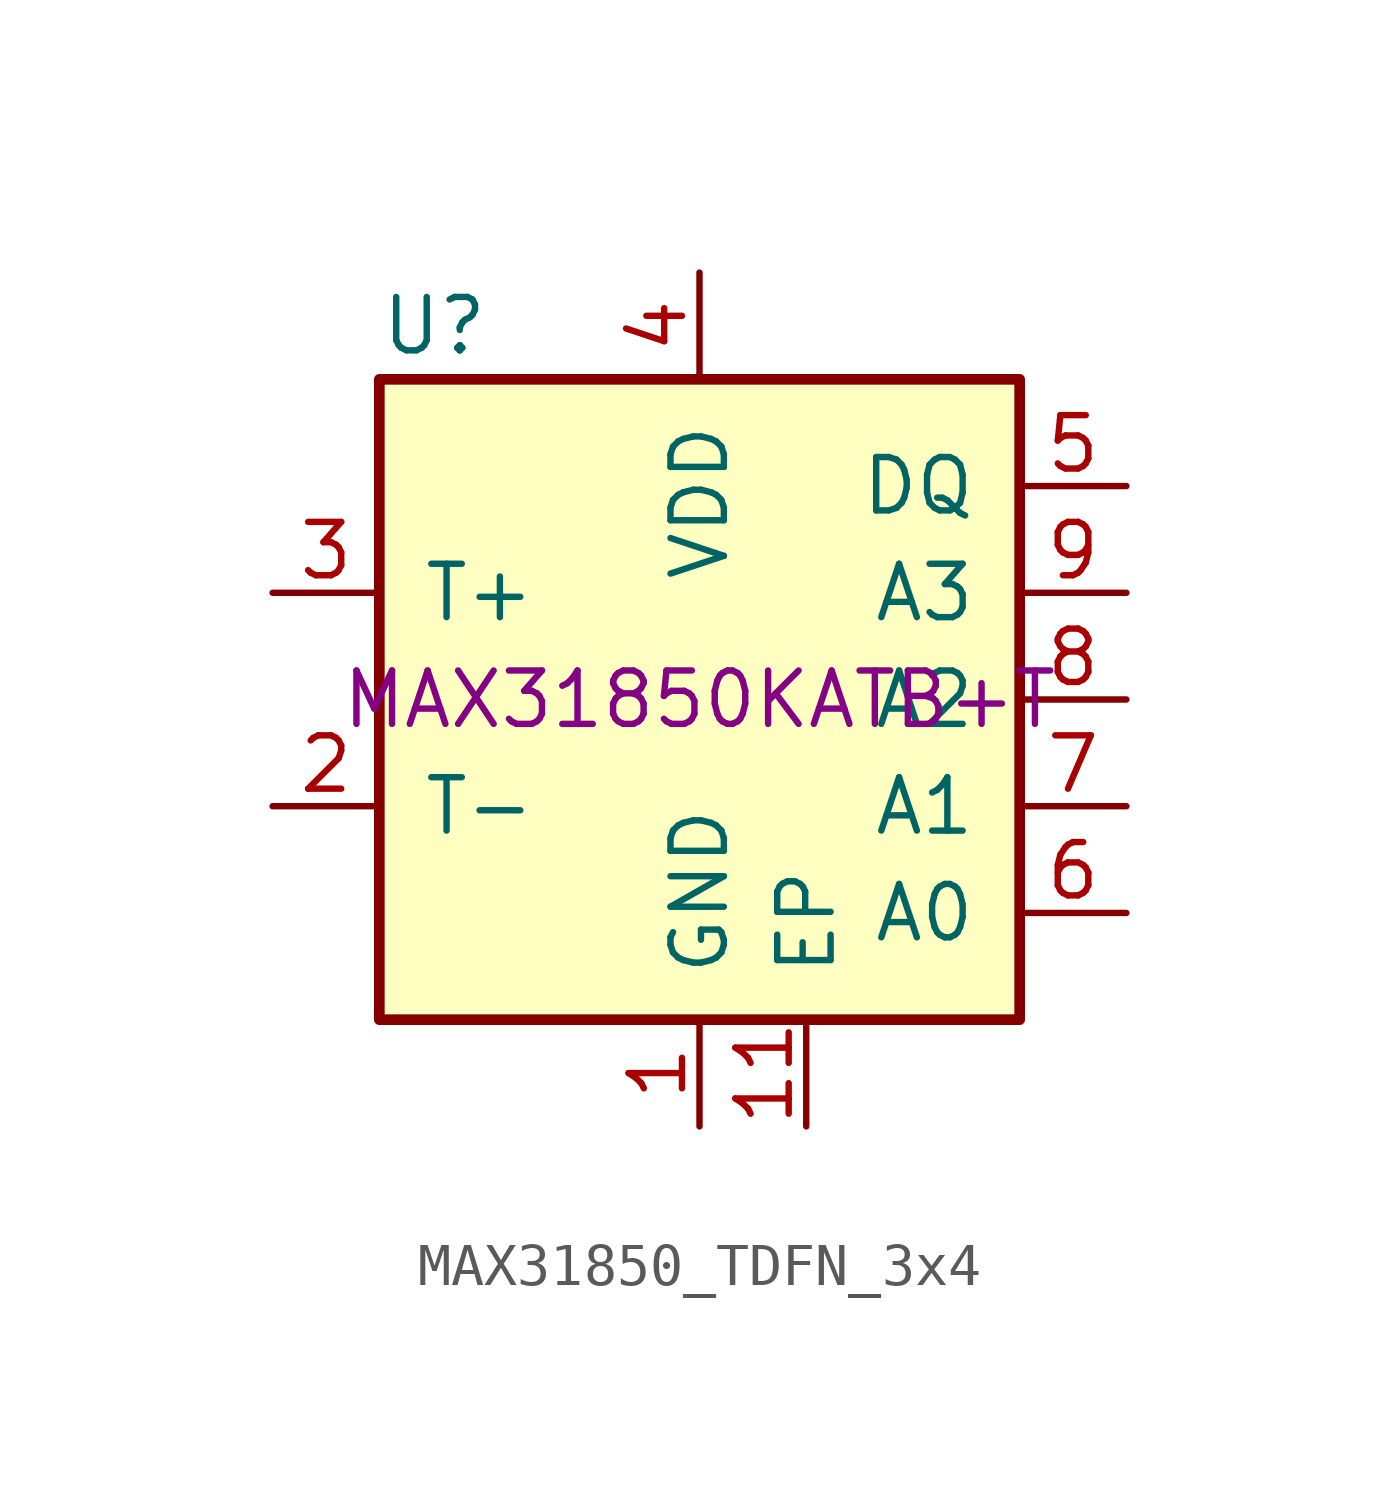
<source format=kicad_sym>
(kicad_symbol_lib
  (version 20211014)
  (generator kicad_symbol_editor)
  (symbol "MAX31850_TDFN_3x4"
    (pin_names
      (offset 1.016))
    (property "Reference" "U"
      (at -7.62 8.89 0)
      (effects (font (size 1.27 1.27)) (justify left)))
    (property "Manufacturer Part Number" "MAX31850KATB+T"
      (at 0 0 0)
      (effects (font (size 1.27 1.27))))
    (symbol "MAX31850_TDFN_3x4_0_1"
      (rectangle (start -7.62 7.62) (end 7.62 -7.62) (stroke (width 0.254) (type default) (color 0 0 0 0)) (fill (type background))))
    (symbol "MAX31850_TDFN_3x4_1_1"
      (pin power_in line (at 0 -10.16 90) (length 2.54) (name "GND" (effects (font (size 1.27 1.27)))) (number "1" (effects (font (size 1.27 1.27)))))
      (pin no_connect line (at -2.54 -10.16 90) (length 2.54) hide (name "DNC" (effects (font (size 1.27 1.27)))) (number "10" (effects (font (size 1.27 1.27)))))
      (pin power_in line (at 2.54 -10.16 90) (length 2.54) (name "EP" (effects (font (size 1.27 1.27)))) (number "11" (effects (font (size 1.27 1.27)))))
      (pin passive line (at -10.16 -2.54 0) (length 2.54) (name "T-" (effects (font (size 1.27 1.27)))) (number "2" (effects (font (size 1.27 1.27)))))
      (pin passive line (at -10.16 2.54 0) (length 2.54) (name "T+" (effects (font (size 1.27 1.27)))) (number "3" (effects (font (size 1.27 1.27)))))
      (pin power_in line (at 0 10.16 270) (length 2.54) (name "VDD" (effects (font (size 1.27 1.27)))) (number "4" (effects (font (size 1.27 1.27)))))
      (pin bidirectional line (at 10.16 5.08 180) (length 2.54) (name "DQ" (effects (font (size 1.27 1.27)))) (number "5" (effects (font (size 1.27 1.27)))))
      (pin input line (at 10.16 -5.08 180) (length 2.54) (name "A0" (effects (font (size 1.27 1.27)))) (number "6" (effects (font (size 1.27 1.27)))))
      (pin input line (at 10.16 -2.54 180) (length 2.54) (name "A1" (effects (font (size 1.27 1.27)))) (number "7" (effects (font (size 1.27 1.27)))))
      (pin input line (at 10.16 0 180) (length 2.54) (name "A2" (effects (font (size 1.27 1.27)))) (number "8" (effects (font (size 1.27 1.27)))))
      (pin input line (at 10.16 2.54 180) (length 2.54) (name "A3" (effects (font (size 1.27 1.27)))) (number "9" (effects (font (size 1.27 1.27))))))))
</source>
